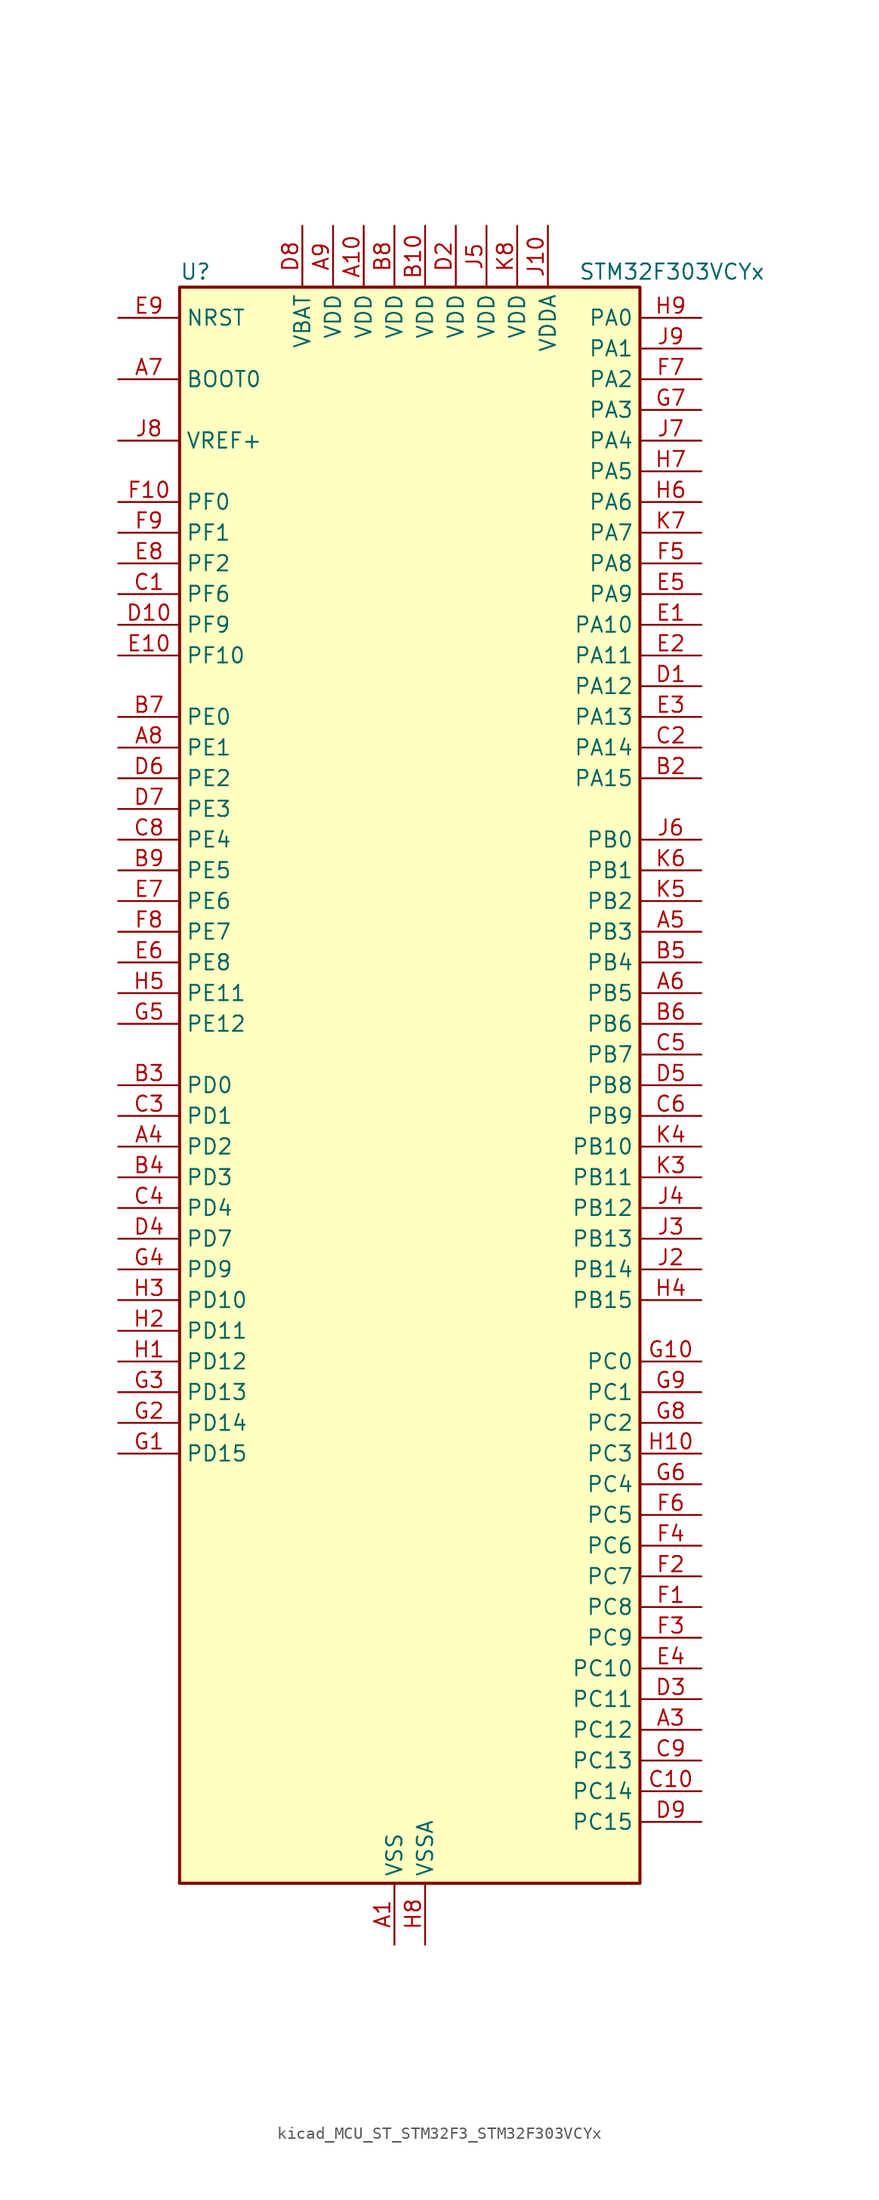
<source format=kicad_sym>
(kicad_symbol_lib
  (version 20220914)
  (generator kicad_symbol_editor)
  (symbol "kicad_MCU_ST_STM32F3_STM32F303VCYx"
    (property "Reference" "U"
      (at -17.78 67.31 0)
      (effects (font (size 1.27 1.27)) (justify left)))
    (property "Value" "STM32F303VCYx"
      (at 15.24 67.31 0)
      (effects (font (size 1.27 1.27)) (justify left)))
    (property "ki_locked" ""
      (at 0 0 0)
      (effects (font (size 1.27 1.27))))
    (symbol "kicad_MCU_ST_STM32F3_STM32F303VCYx_0_1"
      (rectangle (start -17.78 -66.04) (end 20.32 66.04) (stroke (width 0.254) (type default)) (fill (type background))))
    (symbol "kicad_MCU_ST_STM32F3_STM32F303VCYx_1_1"
      (pin power_in line (at 0 -71.12 90) (length 5.08) (name "VSS" (effects (font (size 1.27 1.27)))) (number "A1" (effects (font (size 1.27 1.27)))))
      (pin power_in line (at -2.54 71.12 270) (length 5.08) (name "VDD" (effects (font (size 1.27 1.27)))) (number "A10" (effects (font (size 1.27 1.27)))))
      (pin passive line (at 0 -71.12 90) (length 5.08) hide (name "VSS" (effects (font (size 1.27 1.27)))) (number "A2" (effects (font (size 1.27 1.27)))))
      (pin bidirectional line (at 25.4 -53.34 180) (length 5.08) (name "PC12" (effects (font (size 1.27 1.27)))) (number "A3" (effects (font (size 1.27 1.27)))) (alternate "I2S3_SD" bidirectional line) (alternate "SPI3_MOSI" bidirectional line) (alternate "TIM8_CH3N" bidirectional line) (alternate "UART5_TX" bidirectional line) (alternate "USART3_CK" bidirectional line))
      (pin bidirectional line (at -22.86 -5.08 0) (length 5.08) (name "PD2" (effects (font (size 1.27 1.27)))) (number "A4" (effects (font (size 1.27 1.27)))) (alternate "ADC3_EXTI2" bidirectional line) (alternate "ADC4_EXTI2" bidirectional line) (alternate "TIM3_ETR" bidirectional line) (alternate "TIM8_BKIN" bidirectional line) (alternate "UART5_RX" bidirectional line))
      (pin bidirectional line (at 25.4 12.7 180) (length 5.08) (name "PB3" (effects (font (size 1.27 1.27)))) (number "A5" (effects (font (size 1.27 1.27)))) (alternate "I2S3_CK" bidirectional line) (alternate "SPI1_SCK" bidirectional line) (alternate "SPI3_SCK" bidirectional line) (alternate "SYS_JTDO-TRACESWO" bidirectional line) (alternate "TIM2_CH2" bidirectional line) (alternate "TIM3_ETR" bidirectional line) (alternate "TIM4_ETR" bidirectional line) (alternate "TIM8_CH1N" bidirectional line) (alternate "TSC_G5_IO1" bidirectional line) (alternate "USART2_TX" bidirectional line))
      (pin bidirectional line (at 25.4 7.62 180) (length 5.08) (name "PB5" (effects (font (size 1.27 1.27)))) (number "A6" (effects (font (size 1.27 1.27)))) (alternate "I2C1_SMBA" bidirectional line) (alternate "I2S3_SD" bidirectional line) (alternate "SPI1_MOSI" bidirectional line) (alternate "SPI3_MOSI" bidirectional line) (alternate "TIM16_BKIN" bidirectional line) (alternate "TIM17_CH1" bidirectional line) (alternate "TIM3_CH2" bidirectional line) (alternate "TIM8_CH3N" bidirectional line) (alternate "USART2_CK" bidirectional line))
      (pin input line (at -22.86 58.42 0) (length 5.08) (name "BOOT0" (effects (font (size 1.27 1.27)))) (number "A7" (effects (font (size 1.27 1.27)))))
      (pin bidirectional line (at -22.86 27.94 0) (length 5.08) (name "PE1" (effects (font (size 1.27 1.27)))) (number "A8" (effects (font (size 1.27 1.27)))) (alternate "TIM17_CH1" bidirectional line) (alternate "USART1_RX" bidirectional line))
      (pin power_in line (at -5.08 71.12 270) (length 5.08) (name "VDD" (effects (font (size 1.27 1.27)))) (number "A9" (effects (font (size 1.27 1.27)))))
      (pin passive line (at 0 -71.12 90) (length 5.08) hide (name "VSS" (effects (font (size 1.27 1.27)))) (number "B1" (effects (font (size 1.27 1.27)))))
      (pin power_in line (at 2.54 71.12 270) (length 5.08) (name "VDD" (effects (font (size 1.27 1.27)))) (number "B10" (effects (font (size 1.27 1.27)))))
      (pin bidirectional line (at 25.4 25.4 180) (length 5.08) (name "PA15" (effects (font (size 1.27 1.27)))) (number "B2" (effects (font (size 1.27 1.27)))) (alternate "ADC1_EXTI15" bidirectional line) (alternate "ADC2_EXTI15" bidirectional line) (alternate "I2C1_SCL" bidirectional line) (alternate "I2S3_WS" bidirectional line) (alternate "SPI1_NSS" bidirectional line) (alternate "SPI3_NSS" bidirectional line) (alternate "SYS_JTDI" bidirectional line) (alternate "TIM1_BKIN" bidirectional line) (alternate "TIM2_CH1" bidirectional line) (alternate "TIM2_ETR" bidirectional line) (alternate "TIM8_CH1" bidirectional line) (alternate "USART2_RX" bidirectional line))
      (pin bidirectional line (at -22.86 0 0) (length 5.08) (name "PD0" (effects (font (size 1.27 1.27)))) (number "B3" (effects (font (size 1.27 1.27)))) (alternate "CAN_RX" bidirectional line))
      (pin bidirectional line (at -22.86 -7.62 0) (length 5.08) (name "PD3" (effects (font (size 1.27 1.27)))) (number "B4" (effects (font (size 1.27 1.27)))) (alternate "TIM2_CH1" bidirectional line) (alternate "TIM2_ETR" bidirectional line) (alternate "USART2_CTS" bidirectional line))
      (pin bidirectional line (at 25.4 10.16 180) (length 5.08) (name "PB4" (effects (font (size 1.27 1.27)))) (number "B5" (effects (font (size 1.27 1.27)))) (alternate "I2S3_ext_SD" bidirectional line) (alternate "SPI1_MISO" bidirectional line) (alternate "SPI3_MISO" bidirectional line) (alternate "SYS_NJTRST" bidirectional line) (alternate "TIM16_CH1" bidirectional line) (alternate "TIM17_BKIN" bidirectional line) (alternate "TIM3_CH1" bidirectional line) (alternate "TIM8_CH2N" bidirectional line) (alternate "TSC_G5_IO2" bidirectional line) (alternate "USART2_RX" bidirectional line))
      (pin bidirectional line (at 25.4 5.08 180) (length 5.08) (name "PB6" (effects (font (size 1.27 1.27)))) (number "B6" (effects (font (size 1.27 1.27)))) (alternate "I2C1_SCL" bidirectional line) (alternate "TIM16_CH1N" bidirectional line) (alternate "TIM4_CH1" bidirectional line) (alternate "TIM8_BKIN2" bidirectional line) (alternate "TIM8_CH1" bidirectional line) (alternate "TIM8_ETR" bidirectional line) (alternate "TSC_G5_IO3" bidirectional line) (alternate "USART1_TX" bidirectional line))
      (pin bidirectional line (at -22.86 30.48 0) (length 5.08) (name "PE0" (effects (font (size 1.27 1.27)))) (number "B7" (effects (font (size 1.27 1.27)))) (alternate "TIM16_CH1" bidirectional line) (alternate "TIM4_ETR" bidirectional line) (alternate "USART1_TX" bidirectional line))
      (pin power_in line (at 0 71.12 270) (length 5.08) (name "VDD" (effects (font (size 1.27 1.27)))) (number "B8" (effects (font (size 1.27 1.27)))))
      (pin bidirectional line (at -22.86 17.78 0) (length 5.08) (name "PE5" (effects (font (size 1.27 1.27)))) (number "B9" (effects (font (size 1.27 1.27)))) (alternate "SYS_TRACED2" bidirectional line) (alternate "TIM3_CH4" bidirectional line) (alternate "TSC_G7_IO4" bidirectional line))
      (pin bidirectional line (at -22.86 40.64 0) (length 5.08) (name "PF6" (effects (font (size 1.27 1.27)))) (number "C1" (effects (font (size 1.27 1.27)))) (alternate "I2C2_SCL" bidirectional line) (alternate "TIM4_CH4" bidirectional line) (alternate "USART3_DE" bidirectional line) (alternate "USART3_RTS" bidirectional line))
      (pin bidirectional line (at 25.4 -58.42 180) (length 5.08) (name "PC14" (effects (font (size 1.27 1.27)))) (number "C10" (effects (font (size 1.27 1.27)))) (alternate "RCC_OSC32_IN" bidirectional line))
      (pin bidirectional line (at 25.4 27.94 180) (length 5.08) (name "PA14" (effects (font (size 1.27 1.27)))) (number "C2" (effects (font (size 1.27 1.27)))) (alternate "I2C1_SDA" bidirectional line) (alternate "SYS_JTCK-SWCLK" bidirectional line) (alternate "TIM1_BKIN" bidirectional line) (alternate "TIM8_CH2" bidirectional line) (alternate "TSC_G4_IO4" bidirectional line) (alternate "USART2_TX" bidirectional line))
      (pin bidirectional line (at -22.86 -2.54 0) (length 5.08) (name "PD1" (effects (font (size 1.27 1.27)))) (number "C3" (effects (font (size 1.27 1.27)))) (alternate "CAN_TX" bidirectional line) (alternate "TIM8_BKIN2" bidirectional line) (alternate "TIM8_CH4" bidirectional line))
      (pin bidirectional line (at -22.86 -10.16 0) (length 5.08) (name "PD4" (effects (font (size 1.27 1.27)))) (number "C4" (effects (font (size 1.27 1.27)))) (alternate "TIM2_CH2" bidirectional line) (alternate "USART2_DE" bidirectional line) (alternate "USART2_RTS" bidirectional line))
      (pin bidirectional line (at 25.4 2.54 180) (length 5.08) (name "PB7" (effects (font (size 1.27 1.27)))) (number "C5" (effects (font (size 1.27 1.27)))) (alternate "I2C1_SDA" bidirectional line) (alternate "TIM17_CH1N" bidirectional line) (alternate "TIM3_CH4" bidirectional line) (alternate "TIM4_CH2" bidirectional line) (alternate "TIM8_BKIN" bidirectional line) (alternate "TSC_G5_IO4" bidirectional line) (alternate "USART1_RX" bidirectional line))
      (pin bidirectional line (at 25.4 -2.54 180) (length 5.08) (name "PB9" (effects (font (size 1.27 1.27)))) (number "C6" (effects (font (size 1.27 1.27)))) (alternate "CAN_TX" bidirectional line) (alternate "COMP2_OUT" bidirectional line) (alternate "DAC_EXTI9" bidirectional line) (alternate "I2C1_SDA" bidirectional line) (alternate "IR_OUT" bidirectional line) (alternate "TIM17_CH1" bidirectional line) (alternate "TIM4_CH4" bidirectional line) (alternate "TIM8_CH3" bidirectional line))
      (pin passive line (at 0 -71.12 90) (length 5.08) hide (name "VSS" (effects (font (size 1.27 1.27)))) (number "C7" (effects (font (size 1.27 1.27)))))
      (pin bidirectional line (at -22.86 20.32 0) (length 5.08) (name "PE4" (effects (font (size 1.27 1.27)))) (number "C8" (effects (font (size 1.27 1.27)))) (alternate "SYS_TRACED1" bidirectional line) (alternate "TIM3_CH3" bidirectional line) (alternate "TSC_G7_IO3" bidirectional line))
      (pin bidirectional line (at 25.4 -55.88 180) (length 5.08) (name "PC13" (effects (font (size 1.27 1.27)))) (number "C9" (effects (font (size 1.27 1.27)))) (alternate "RTC_OUT_ALARM" bidirectional line) (alternate "RTC_OUT_CALIB" bidirectional line) (alternate "RTC_TAMP1" bidirectional line) (alternate "RTC_TS" bidirectional line) (alternate "SYS_WKUP2" bidirectional line) (alternate "TIM1_CH1N" bidirectional line))
      (pin bidirectional line (at 25.4 33.02 180) (length 5.08) (name "PA12" (effects (font (size 1.27 1.27)))) (number "D1" (effects (font (size 1.27 1.27)))) (alternate "CAN_TX" bidirectional line) (alternate "COMP2_OUT" bidirectional line) (alternate "TIM16_CH1" bidirectional line) (alternate "TIM1_CH2N" bidirectional line) (alternate "TIM1_ETR" bidirectional line) (alternate "TIM4_CH2" bidirectional line) (alternate "USART1_DE" bidirectional line) (alternate "USART1_RTS" bidirectional line) (alternate "USB_DP" bidirectional line))
      (pin bidirectional line (at -22.86 38.1 0) (length 5.08) (name "PF9" (effects (font (size 1.27 1.27)))) (number "D10" (effects (font (size 1.27 1.27)))) (alternate "DAC_EXTI9" bidirectional line) (alternate "SPI2_SCK" bidirectional line) (alternate "TIM15_CH1" bidirectional line))
      (pin power_in line (at 5.08 71.12 270) (length 5.08) (name "VDD" (effects (font (size 1.27 1.27)))) (number "D2" (effects (font (size 1.27 1.27)))))
      (pin bidirectional line (at 25.4 -50.8 180) (length 5.08) (name "PC11" (effects (font (size 1.27 1.27)))) (number "D3" (effects (font (size 1.27 1.27)))) (alternate "ADC1_EXTI11" bidirectional line) (alternate "ADC2_EXTI11" bidirectional line) (alternate "I2S3_ext_SD" bidirectional line) (alternate "SPI3_MISO" bidirectional line) (alternate "TIM8_CH2N" bidirectional line) (alternate "UART4_RX" bidirectional line) (alternate "USART3_RX" bidirectional line))
      (pin bidirectional line (at -22.86 -12.7 0) (length 5.08) (name "PD7" (effects (font (size 1.27 1.27)))) (number "D4" (effects (font (size 1.27 1.27)))) (alternate "TIM2_CH3" bidirectional line) (alternate "USART2_CK" bidirectional line))
      (pin bidirectional line (at 25.4 0 180) (length 5.08) (name "PB8" (effects (font (size 1.27 1.27)))) (number "D5" (effects (font (size 1.27 1.27)))) (alternate "CAN_RX" bidirectional line) (alternate "COMP1_OUT" bidirectional line) (alternate "I2C1_SCL" bidirectional line) (alternate "TIM16_CH1" bidirectional line) (alternate "TIM1_BKIN" bidirectional line) (alternate "TIM4_CH3" bidirectional line) (alternate "TIM8_CH2" bidirectional line) (alternate "TSC_SYNC" bidirectional line))
      (pin bidirectional line (at -22.86 25.4 0) (length 5.08) (name "PE2" (effects (font (size 1.27 1.27)))) (number "D6" (effects (font (size 1.27 1.27)))) (alternate "ADC3_EXTI2" bidirectional line) (alternate "ADC4_EXTI2" bidirectional line) (alternate "SYS_TRACECK" bidirectional line) (alternate "TIM3_CH1" bidirectional line) (alternate "TSC_G7_IO1" bidirectional line))
      (pin bidirectional line (at -22.86 22.86 0) (length 5.08) (name "PE3" (effects (font (size 1.27 1.27)))) (number "D7" (effects (font (size 1.27 1.27)))) (alternate "SYS_TRACED0" bidirectional line) (alternate "TIM3_CH2" bidirectional line) (alternate "TSC_G7_IO2" bidirectional line))
      (pin power_in line (at -7.62 71.12 270) (length 5.08) (name "VBAT" (effects (font (size 1.27 1.27)))) (number "D8" (effects (font (size 1.27 1.27)))))
      (pin bidirectional line (at 25.4 -60.96 180) (length 5.08) (name "PC15" (effects (font (size 1.27 1.27)))) (number "D9" (effects (font (size 1.27 1.27)))) (alternate "ADC1_EXTI15" bidirectional line) (alternate "ADC2_EXTI15" bidirectional line) (alternate "RCC_OSC32_OUT" bidirectional line))
      (pin bidirectional line (at 25.4 38.1 180) (length 5.08) (name "PA10" (effects (font (size 1.27 1.27)))) (number "E1" (effects (font (size 1.27 1.27)))) (alternate "COMP6_OUT" bidirectional line) (alternate "I2C2_SDA" bidirectional line) (alternate "TIM17_BKIN" bidirectional line) (alternate "TIM1_CH3" bidirectional line) (alternate "TIM2_CH4" bidirectional line) (alternate "TIM8_BKIN" bidirectional line) (alternate "TSC_G4_IO2" bidirectional line) (alternate "USART1_RX" bidirectional line))
      (pin bidirectional line (at -22.86 35.56 0) (length 5.08) (name "PF10" (effects (font (size 1.27 1.27)))) (number "E10" (effects (font (size 1.27 1.27)))) (alternate "SPI2_SCK" bidirectional line) (alternate "TIM15_CH2" bidirectional line))
      (pin bidirectional line (at 25.4 35.56 180) (length 5.08) (name "PA11" (effects (font (size 1.27 1.27)))) (number "E2" (effects (font (size 1.27 1.27)))) (alternate "ADC1_EXTI11" bidirectional line) (alternate "ADC2_EXTI11" bidirectional line) (alternate "CAN_RX" bidirectional line) (alternate "COMP1_OUT" bidirectional line) (alternate "TIM1_BKIN2" bidirectional line) (alternate "TIM1_CH1N" bidirectional line) (alternate "TIM1_CH4" bidirectional line) (alternate "TIM4_CH1" bidirectional line) (alternate "USART1_CTS" bidirectional line) (alternate "USB_DM" bidirectional line))
      (pin bidirectional line (at 25.4 30.48 180) (length 5.08) (name "PA13" (effects (font (size 1.27 1.27)))) (number "E3" (effects (font (size 1.27 1.27)))) (alternate "IR_OUT" bidirectional line) (alternate "SYS_JTMS-SWDIO" bidirectional line) (alternate "TIM16_CH1N" bidirectional line) (alternate "TIM4_CH3" bidirectional line) (alternate "TSC_G4_IO3" bidirectional line) (alternate "USART3_CTS" bidirectional line))
      (pin bidirectional line (at 25.4 -48.26 180) (length 5.08) (name "PC10" (effects (font (size 1.27 1.27)))) (number "E4" (effects (font (size 1.27 1.27)))) (alternate "I2S3_CK" bidirectional line) (alternate "SPI3_SCK" bidirectional line) (alternate "TIM8_CH1N" bidirectional line) (alternate "UART4_TX" bidirectional line) (alternate "USART3_TX" bidirectional line))
      (pin bidirectional line (at 25.4 40.64 180) (length 5.08) (name "PA9" (effects (font (size 1.27 1.27)))) (number "E5" (effects (font (size 1.27 1.27)))) (alternate "COMP5_OUT" bidirectional line) (alternate "DAC_EXTI9" bidirectional line) (alternate "I2C2_SCL" bidirectional line) (alternate "I2S3_MCK" bidirectional line) (alternate "TIM15_BKIN" bidirectional line) (alternate "TIM1_CH2" bidirectional line) (alternate "TIM2_CH3" bidirectional line) (alternate "TSC_G4_IO1" bidirectional line) (alternate "USART1_TX" bidirectional line))
      (pin bidirectional line (at -22.86 10.16 0) (length 5.08) (name "PE8" (effects (font (size 1.27 1.27)))) (number "E6" (effects (font (size 1.27 1.27)))) (alternate "ADC3_IN6" bidirectional line) (alternate "ADC4_IN6" bidirectional line) (alternate "COMP4_INM" bidirectional line) (alternate "TIM1_CH1N" bidirectional line))
      (pin bidirectional line (at -22.86 15.24 0) (length 5.08) (name "PE6" (effects (font (size 1.27 1.27)))) (number "E7" (effects (font (size 1.27 1.27)))) (alternate "RTC_TAMP3" bidirectional line) (alternate "SYS_TRACED3" bidirectional line) (alternate "SYS_WKUP3" bidirectional line))
      (pin bidirectional line (at -22.86 43.18 0) (length 5.08) (name "PF2" (effects (font (size 1.27 1.27)))) (number "E8" (effects (font (size 1.27 1.27)))) (alternate "ADC1_IN10" bidirectional line) (alternate "ADC2_IN10" bidirectional line) (alternate "ADC3_EXTI2" bidirectional line) (alternate "ADC4_EXTI2" bidirectional line))
      (pin input line (at -22.86 63.5 0) (length 5.08) (name "NRST" (effects (font (size 1.27 1.27)))) (number "E9" (effects (font (size 1.27 1.27)))))
      (pin bidirectional line (at 25.4 -43.18 180) (length 5.08) (name "PC8" (effects (font (size 1.27 1.27)))) (number "F1" (effects (font (size 1.27 1.27)))) (alternate "COMP3_OUT" bidirectional line) (alternate "TIM3_CH3" bidirectional line) (alternate "TIM8_CH3" bidirectional line))
      (pin bidirectional line (at -22.86 48.26 0) (length 5.08) (name "PF0" (effects (font (size 1.27 1.27)))) (number "F10" (effects (font (size 1.27 1.27)))) (alternate "I2C2_SDA" bidirectional line) (alternate "RCC_OSC_IN" bidirectional line) (alternate "TIM1_CH3N" bidirectional line))
      (pin bidirectional line (at 25.4 -40.64 180) (length 5.08) (name "PC7" (effects (font (size 1.27 1.27)))) (number "F2" (effects (font (size 1.27 1.27)))) (alternate "COMP5_OUT" bidirectional line) (alternate "I2S3_MCK" bidirectional line) (alternate "TIM3_CH2" bidirectional line) (alternate "TIM8_CH2" bidirectional line))
      (pin bidirectional line (at 25.4 -45.72 180) (length 5.08) (name "PC9" (effects (font (size 1.27 1.27)))) (number "F3" (effects (font (size 1.27 1.27)))) (alternate "DAC_EXTI9" bidirectional line) (alternate "I2S_CKIN" bidirectional line) (alternate "TIM3_CH4" bidirectional line) (alternate "TIM8_BKIN2" bidirectional line) (alternate "TIM8_CH4" bidirectional line))
      (pin bidirectional line (at 25.4 -38.1 180) (length 5.08) (name "PC6" (effects (font (size 1.27 1.27)))) (number "F4" (effects (font (size 1.27 1.27)))) (alternate "COMP6_OUT" bidirectional line) (alternate "I2S2_MCK" bidirectional line) (alternate "TIM3_CH1" bidirectional line) (alternate "TIM8_CH1" bidirectional line))
      (pin bidirectional line (at 25.4 43.18 180) (length 5.08) (name "PA8" (effects (font (size 1.27 1.27)))) (number "F5" (effects (font (size 1.27 1.27)))) (alternate "COMP3_OUT" bidirectional line) (alternate "I2C2_SMBA" bidirectional line) (alternate "I2S2_MCK" bidirectional line) (alternate "RCC_MCO" bidirectional line) (alternate "TIM1_CH1" bidirectional line) (alternate "TIM4_ETR" bidirectional line) (alternate "USART1_CK" bidirectional line))
      (pin bidirectional line (at 25.4 -35.56 180) (length 5.08) (name "PC5" (effects (font (size 1.27 1.27)))) (number "F6" (effects (font (size 1.27 1.27)))) (alternate "ADC2_IN11" bidirectional line) (alternate "OPAMP1_VINM" bidirectional line) (alternate "OPAMP1_VINM_SEC" bidirectional line) (alternate "OPAMP2_VINM" bidirectional line) (alternate "OPAMP2_VINM_SEC" bidirectional line) (alternate "TSC_G3_IO1" bidirectional line) (alternate "USART1_RX" bidirectional line))
      (pin bidirectional line (at 25.4 58.42 180) (length 5.08) (name "PA2" (effects (font (size 1.27 1.27)))) (number "F7" (effects (font (size 1.27 1.27)))) (alternate "ADC1_IN3" bidirectional line) (alternate "ADC3_EXTI2" bidirectional line) (alternate "ADC4_EXTI2" bidirectional line) (alternate "COMP2_INM" bidirectional line) (alternate "COMP2_OUT" bidirectional line) (alternate "OPAMP1_VOUT" bidirectional line) (alternate "TIM15_CH1" bidirectional line) (alternate "TIM2_CH3" bidirectional line) (alternate "TSC_G1_IO3" bidirectional line) (alternate "USART2_TX" bidirectional line))
      (pin bidirectional line (at -22.86 12.7 0) (length 5.08) (name "PE7" (effects (font (size 1.27 1.27)))) (number "F8" (effects (font (size 1.27 1.27)))) (alternate "ADC3_IN13" bidirectional line) (alternate "COMP4_INP" bidirectional line) (alternate "TIM1_ETR" bidirectional line))
      (pin bidirectional line (at -22.86 45.72 0) (length 5.08) (name "PF1" (effects (font (size 1.27 1.27)))) (number "F9" (effects (font (size 1.27 1.27)))) (alternate "I2C2_SCL" bidirectional line) (alternate "RCC_OSC_OUT" bidirectional line))
      (pin bidirectional line (at -22.86 -30.48 0) (length 5.08) (name "PD15" (effects (font (size 1.27 1.27)))) (number "G1" (effects (font (size 1.27 1.27)))) (alternate "ADC1_EXTI15" bidirectional line) (alternate "ADC2_EXTI15" bidirectional line) (alternate "COMP3_INM" bidirectional line) (alternate "SPI2_NSS" bidirectional line) (alternate "TIM4_CH4" bidirectional line) (alternate "TSC_G8_IO4" bidirectional line))
      (pin bidirectional line (at 25.4 -22.86 180) (length 5.08) (name "PC0" (effects (font (size 1.27 1.27)))) (number "G10" (effects (font (size 1.27 1.27)))) (alternate "ADC1_IN6" bidirectional line) (alternate "ADC2_IN6" bidirectional line) (alternate "COMP7_INM" bidirectional line))
      (pin bidirectional line (at -22.86 -27.94 0) (length 5.08) (name "PD14" (effects (font (size 1.27 1.27)))) (number "G2" (effects (font (size 1.27 1.27)))) (alternate "ADC3_IN11" bidirectional line) (alternate "ADC4_IN11" bidirectional line) (alternate "COMP3_INP" bidirectional line) (alternate "OPAMP2_VINP" bidirectional line) (alternate "OPAMP2_VINP_SEC" bidirectional line) (alternate "TIM4_CH3" bidirectional line) (alternate "TSC_G8_IO3" bidirectional line))
      (pin bidirectional line (at -22.86 -25.4 0) (length 5.08) (name "PD13" (effects (font (size 1.27 1.27)))) (number "G3" (effects (font (size 1.27 1.27)))) (alternate "ADC3_IN10" bidirectional line) (alternate "ADC4_IN10" bidirectional line) (alternate "COMP5_INM" bidirectional line) (alternate "TIM4_CH2" bidirectional line) (alternate "TSC_G8_IO2" bidirectional line))
      (pin bidirectional line (at -22.86 -15.24 0) (length 5.08) (name "PD9" (effects (font (size 1.27 1.27)))) (number "G4" (effects (font (size 1.27 1.27)))) (alternate "ADC4_IN13" bidirectional line) (alternate "DAC_EXTI9" bidirectional line) (alternate "USART3_RX" bidirectional line))
      (pin bidirectional line (at -22.86 5.08 0) (length 5.08) (name "PE12" (effects (font (size 1.27 1.27)))) (number "G5" (effects (font (size 1.27 1.27)))) (alternate "ADC3_IN16" bidirectional line) (alternate "TIM1_CH3N" bidirectional line))
      (pin bidirectional line (at 25.4 -33.02 180) (length 5.08) (name "PC4" (effects (font (size 1.27 1.27)))) (number "G6" (effects (font (size 1.27 1.27)))) (alternate "ADC2_IN5" bidirectional line) (alternate "USART1_TX" bidirectional line))
      (pin bidirectional line (at 25.4 55.88 180) (length 5.08) (name "PA3" (effects (font (size 1.27 1.27)))) (number "G7" (effects (font (size 1.27 1.27)))) (alternate "ADC1_IN4" bidirectional line) (alternate "COMP2_INP" bidirectional line) (alternate "OPAMP1_VINM" bidirectional line) (alternate "OPAMP1_VINM_SEC" bidirectional line) (alternate "OPAMP1_VINP" bidirectional line) (alternate "OPAMP1_VINP_SEC" bidirectional line) (alternate "TIM15_CH2" bidirectional line) (alternate "TIM2_CH4" bidirectional line) (alternate "TSC_G1_IO4" bidirectional line) (alternate "USART2_RX" bidirectional line))
      (pin bidirectional line (at 25.4 -27.94 180) (length 5.08) (name "PC2" (effects (font (size 1.27 1.27)))) (number "G8" (effects (font (size 1.27 1.27)))) (alternate "ADC1_IN8" bidirectional line) (alternate "ADC2_IN8" bidirectional line) (alternate "ADC3_EXTI2" bidirectional line) (alternate "ADC4_EXTI2" bidirectional line) (alternate "COMP7_OUT" bidirectional line))
      (pin bidirectional line (at 25.4 -25.4 180) (length 5.08) (name "PC1" (effects (font (size 1.27 1.27)))) (number "G9" (effects (font (size 1.27 1.27)))) (alternate "ADC1_IN7" bidirectional line) (alternate "ADC2_IN7" bidirectional line) (alternate "COMP7_INP" bidirectional line))
      (pin bidirectional line (at -22.86 -22.86 0) (length 5.08) (name "PD12" (effects (font (size 1.27 1.27)))) (number "H1" (effects (font (size 1.27 1.27)))) (alternate "ADC3_IN9" bidirectional line) (alternate "ADC4_IN9" bidirectional line) (alternate "COMP5_INP" bidirectional line) (alternate "TIM4_CH1" bidirectional line) (alternate "TSC_G8_IO1" bidirectional line) (alternate "USART3_DE" bidirectional line) (alternate "USART3_RTS" bidirectional line))
      (pin bidirectional line (at 25.4 -30.48 180) (length 5.08) (name "PC3" (effects (font (size 1.27 1.27)))) (number "H10" (effects (font (size 1.27 1.27)))) (alternate "ADC1_IN9" bidirectional line) (alternate "ADC2_IN9" bidirectional line) (alternate "TIM1_BKIN2" bidirectional line))
      (pin bidirectional line (at -22.86 -20.32 0) (length 5.08) (name "PD11" (effects (font (size 1.27 1.27)))) (number "H2" (effects (font (size 1.27 1.27)))) (alternate "ADC1_EXTI11" bidirectional line) (alternate "ADC2_EXTI11" bidirectional line) (alternate "ADC3_IN8" bidirectional line) (alternate "ADC4_IN8" bidirectional line) (alternate "COMP6_INP" bidirectional line) (alternate "OPAMP4_VINP" bidirectional line) (alternate "OPAMP4_VINP_SEC" bidirectional line) (alternate "USART3_CTS" bidirectional line))
      (pin bidirectional line (at -22.86 -17.78 0) (length 5.08) (name "PD10" (effects (font (size 1.27 1.27)))) (number "H3" (effects (font (size 1.27 1.27)))) (alternate "ADC3_IN7" bidirectional line) (alternate "ADC4_IN7" bidirectional line) (alternate "COMP6_INM" bidirectional line) (alternate "USART3_CK" bidirectional line))
      (pin bidirectional line (at 25.4 -17.78 180) (length 5.08) (name "PB15" (effects (font (size 1.27 1.27)))) (number "H4" (effects (font (size 1.27 1.27)))) (alternate "ADC1_EXTI15" bidirectional line) (alternate "ADC2_EXTI15" bidirectional line) (alternate "ADC4_IN5" bidirectional line) (alternate "COMP6_INM" bidirectional line) (alternate "I2S2_SD" bidirectional line) (alternate "RTC_REFIN" bidirectional line) (alternate "SPI2_MOSI" bidirectional line) (alternate "TIM15_CH1N" bidirectional line) (alternate "TIM15_CH2" bidirectional line) (alternate "TIM1_CH3N" bidirectional line))
      (pin bidirectional line (at -22.86 7.62 0) (length 5.08) (name "PE11" (effects (font (size 1.27 1.27)))) (number "H5" (effects (font (size 1.27 1.27)))) (alternate "ADC1_EXTI11" bidirectional line) (alternate "ADC2_EXTI11" bidirectional line) (alternate "ADC3_IN15" bidirectional line) (alternate "TIM1_CH2" bidirectional line))
      (pin bidirectional line (at 25.4 48.26 180) (length 5.08) (name "PA6" (effects (font (size 1.27 1.27)))) (number "H6" (effects (font (size 1.27 1.27)))) (alternate "ADC2_IN3" bidirectional line) (alternate "COMP1_OUT" bidirectional line) (alternate "OPAMP2_VOUT" bidirectional line) (alternate "SPI1_MISO" bidirectional line) (alternate "TIM16_CH1" bidirectional line) (alternate "TIM1_BKIN" bidirectional line) (alternate "TIM3_CH1" bidirectional line) (alternate "TIM8_BKIN" bidirectional line) (alternate "TSC_G2_IO3" bidirectional line))
      (pin bidirectional line (at 25.4 50.8 180) (length 5.08) (name "PA5" (effects (font (size 1.27 1.27)))) (number "H7" (effects (font (size 1.27 1.27)))) (alternate "ADC2_IN2" bidirectional line) (alternate "COMP1_INM" bidirectional line) (alternate "COMP2_INM" bidirectional line) (alternate "COMP3_INM" bidirectional line) (alternate "COMP4_INM" bidirectional line) (alternate "COMP5_INM" bidirectional line) (alternate "COMP6_INM" bidirectional line) (alternate "COMP7_INM" bidirectional line) (alternate "DAC_OUT2" bidirectional line) (alternate "OPAMP1_VINP" bidirectional line) (alternate "OPAMP1_VINP_SEC" bidirectional line) (alternate "OPAMP2_VINM" bidirectional line) (alternate "OPAMP2_VINM_SEC" bidirectional line) (alternate "OPAMP3_VINP" bidirectional line) (alternate "OPAMP3_VINP_SEC" bidirectional line) (alternate "SPI1_SCK" bidirectional line) (alternate "TIM2_CH1" bidirectional line) (alternate "TIM2_ETR" bidirectional line) (alternate "TSC_G2_IO2" bidirectional line))
      (pin power_in line (at 2.54 -71.12 90) (length 5.08) (name "VSSA" (effects (font (size 1.27 1.27)))) (number "H8" (effects (font (size 1.27 1.27)))))
      (pin bidirectional line (at 25.4 63.5 180) (length 5.08) (name "PA0" (effects (font (size 1.27 1.27)))) (number "H9" (effects (font (size 1.27 1.27)))) (alternate "ADC1_IN1" bidirectional line) (alternate "COMP1_INM" bidirectional line) (alternate "COMP1_OUT" bidirectional line) (alternate "COMP7_INP" bidirectional line) (alternate "RTC_TAMP2" bidirectional line) (alternate "SYS_WKUP1" bidirectional line) (alternate "TIM2_CH1" bidirectional line) (alternate "TIM2_ETR" bidirectional line) (alternate "TIM8_BKIN" bidirectional line) (alternate "TIM8_ETR" bidirectional line) (alternate "TSC_G1_IO1" bidirectional line) (alternate "USART2_CTS" bidirectional line))
      (pin passive line (at 0 -71.12 90) (length 5.08) hide (name "VSS" (effects (font (size 1.27 1.27)))) (number "J1" (effects (font (size 1.27 1.27)))))
      (pin power_in line (at 12.7 71.12 270) (length 5.08) (name "VDDA" (effects (font (size 1.27 1.27)))) (number "J10" (effects (font (size 1.27 1.27)))))
      (pin bidirectional line (at 25.4 -15.24 180) (length 5.08) (name "PB14" (effects (font (size 1.27 1.27)))) (number "J2" (effects (font (size 1.27 1.27)))) (alternate "ADC4_IN4" bidirectional line) (alternate "COMP3_INP" bidirectional line) (alternate "I2S2_ext_SD" bidirectional line) (alternate "OPAMP2_VINP" bidirectional line) (alternate "OPAMP2_VINP_SEC" bidirectional line) (alternate "SPI2_MISO" bidirectional line) (alternate "TIM15_CH1" bidirectional line) (alternate "TIM1_CH2N" bidirectional line) (alternate "TSC_G6_IO4" bidirectional line) (alternate "USART3_DE" bidirectional line) (alternate "USART3_RTS" bidirectional line))
      (pin bidirectional line (at 25.4 -12.7 180) (length 5.08) (name "PB13" (effects (font (size 1.27 1.27)))) (number "J3" (effects (font (size 1.27 1.27)))) (alternate "ADC3_IN5" bidirectional line) (alternate "COMP5_INP" bidirectional line) (alternate "I2S2_CK" bidirectional line) (alternate "OPAMP3_VINP" bidirectional line) (alternate "OPAMP3_VINP_SEC" bidirectional line) (alternate "OPAMP4_VINP" bidirectional line) (alternate "OPAMP4_VINP_SEC" bidirectional line) (alternate "SPI2_SCK" bidirectional line) (alternate "TIM1_CH1N" bidirectional line) (alternate "TSC_G6_IO3" bidirectional line) (alternate "USART3_CTS" bidirectional line))
      (pin bidirectional line (at 25.4 -10.16 180) (length 5.08) (name "PB12" (effects (font (size 1.27 1.27)))) (number "J4" (effects (font (size 1.27 1.27)))) (alternate "ADC4_IN3" bidirectional line) (alternate "COMP3_INM" bidirectional line) (alternate "I2C2_SMBA" bidirectional line) (alternate "I2S2_WS" bidirectional line) (alternate "OPAMP4_VOUT" bidirectional line) (alternate "SPI2_NSS" bidirectional line) (alternate "TIM1_BKIN" bidirectional line) (alternate "TSC_G6_IO2" bidirectional line) (alternate "USART3_CK" bidirectional line))
      (pin power_in line (at 7.62 71.12 270) (length 5.08) (name "VDD" (effects (font (size 1.27 1.27)))) (number "J5" (effects (font (size 1.27 1.27)))))
      (pin bidirectional line (at 25.4 20.32 180) (length 5.08) (name "PB0" (effects (font (size 1.27 1.27)))) (number "J6" (effects (font (size 1.27 1.27)))) (alternate "ADC3_IN12" bidirectional line) (alternate "COMP4_INP" bidirectional line) (alternate "OPAMP2_VINP" bidirectional line) (alternate "OPAMP2_VINP_SEC" bidirectional line) (alternate "OPAMP3_VINP" bidirectional line) (alternate "OPAMP3_VINP_SEC" bidirectional line) (alternate "TIM1_CH2N" bidirectional line) (alternate "TIM3_CH3" bidirectional line) (alternate "TIM8_CH2N" bidirectional line) (alternate "TSC_G3_IO2" bidirectional line))
      (pin bidirectional line (at 25.4 53.34 180) (length 5.08) (name "PA4" (effects (font (size 1.27 1.27)))) (number "J7" (effects (font (size 1.27 1.27)))) (alternate "ADC2_IN1" bidirectional line) (alternate "COMP1_INM" bidirectional line) (alternate "COMP2_INM" bidirectional line) (alternate "COMP3_INM" bidirectional line) (alternate "COMP4_INM" bidirectional line) (alternate "COMP5_INM" bidirectional line) (alternate "COMP6_INM" bidirectional line) (alternate "COMP7_INM" bidirectional line) (alternate "DAC_OUT1" bidirectional line) (alternate "I2S3_WS" bidirectional line) (alternate "OPAMP4_VINP" bidirectional line) (alternate "OPAMP4_VINP_SEC" bidirectional line) (alternate "SPI1_NSS" bidirectional line) (alternate "SPI3_NSS" bidirectional line) (alternate "TIM3_CH2" bidirectional line) (alternate "TSC_G2_IO1" bidirectional line) (alternate "USART2_CK" bidirectional line))
      (pin input line (at -22.86 53.34 0) (length 5.08) (name "VREF+" (effects (font (size 1.27 1.27)))) (number "J8" (effects (font (size 1.27 1.27)))))
      (pin bidirectional line (at 25.4 60.96 180) (length 5.08) (name "PA1" (effects (font (size 1.27 1.27)))) (number "J9" (effects (font (size 1.27 1.27)))) (alternate "ADC1_IN2" bidirectional line) (alternate "COMP1_INP" bidirectional line) (alternate "OPAMP1_VINP" bidirectional line) (alternate "OPAMP1_VINP_SEC" bidirectional line) (alternate "OPAMP3_VINP" bidirectional line) (alternate "OPAMP3_VINP_SEC" bidirectional line) (alternate "RTC_REFIN" bidirectional line) (alternate "TIM15_CH1N" bidirectional line) (alternate "TIM2_CH2" bidirectional line) (alternate "TSC_G1_IO2" bidirectional line) (alternate "USART2_DE" bidirectional line) (alternate "USART2_RTS" bidirectional line))
      (pin passive line (at 0 -71.12 90) (length 5.08) hide (name "VSS" (effects (font (size 1.27 1.27)))) (number "K1" (effects (font (size 1.27 1.27)))))
      (pin passive line (at 0 -71.12 90) (length 5.08) hide (name "VSS" (effects (font (size 1.27 1.27)))) (number "K10" (effects (font (size 1.27 1.27)))))
      (pin passive line (at 0 -71.12 90) (length 5.08) hide (name "VSS" (effects (font (size 1.27 1.27)))) (number "K2" (effects (font (size 1.27 1.27)))))
      (pin bidirectional line (at 25.4 -7.62 180) (length 5.08) (name "PB11" (effects (font (size 1.27 1.27)))) (number "K3" (effects (font (size 1.27 1.27)))) (alternate "ADC1_EXTI11" bidirectional line) (alternate "ADC2_EXTI11" bidirectional line) (alternate "COMP6_INP" bidirectional line) (alternate "OPAMP4_VINP" bidirectional line) (alternate "OPAMP4_VINP_SEC" bidirectional line) (alternate "TIM2_CH4" bidirectional line) (alternate "TSC_G6_IO1" bidirectional line) (alternate "USART3_RX" bidirectional line))
      (pin bidirectional line (at 25.4 -5.08 180) (length 5.08) (name "PB10" (effects (font (size 1.27 1.27)))) (number "K4" (effects (font (size 1.27 1.27)))) (alternate "COMP5_INM" bidirectional line) (alternate "OPAMP3_VINM" bidirectional line) (alternate "OPAMP3_VINM_SEC" bidirectional line) (alternate "OPAMP4_VINM" bidirectional line) (alternate "OPAMP4_VINM_SEC" bidirectional line) (alternate "TIM2_CH3" bidirectional line) (alternate "TSC_SYNC" bidirectional line) (alternate "USART3_TX" bidirectional line))
      (pin bidirectional line (at 25.4 15.24 180) (length 5.08) (name "PB2" (effects (font (size 1.27 1.27)))) (number "K5" (effects (font (size 1.27 1.27)))) (alternate "ADC2_IN12" bidirectional line) (alternate "ADC3_EXTI2" bidirectional line) (alternate "ADC4_EXTI2" bidirectional line) (alternate "COMP4_INM" bidirectional line) (alternate "OPAMP3_VINM" bidirectional line) (alternate "OPAMP3_VINM_SEC" bidirectional line) (alternate "TSC_G3_IO4" bidirectional line))
      (pin bidirectional line (at 25.4 17.78 180) (length 5.08) (name "PB1" (effects (font (size 1.27 1.27)))) (number "K6" (effects (font (size 1.27 1.27)))) (alternate "ADC3_IN1" bidirectional line) (alternate "COMP4_OUT" bidirectional line) (alternate "OPAMP3_VOUT" bidirectional line) (alternate "TIM1_CH3N" bidirectional line) (alternate "TIM3_CH4" bidirectional line) (alternate "TIM8_CH3N" bidirectional line) (alternate "TSC_G3_IO3" bidirectional line))
      (pin bidirectional line (at 25.4 45.72 180) (length 5.08) (name "PA7" (effects (font (size 1.27 1.27)))) (number "K7" (effects (font (size 1.27 1.27)))) (alternate "ADC2_IN4" bidirectional line) (alternate "COMP2_INP" bidirectional line) (alternate "COMP2_OUT" bidirectional line) (alternate "OPAMP1_VINP" bidirectional line) (alternate "OPAMP1_VINP_SEC" bidirectional line) (alternate "OPAMP2_VINP" bidirectional line) (alternate "OPAMP2_VINP_SEC" bidirectional line) (alternate "SPI1_MOSI" bidirectional line) (alternate "TIM17_CH1" bidirectional line) (alternate "TIM1_CH1N" bidirectional line) (alternate "TIM3_CH2" bidirectional line) (alternate "TIM8_CH1N" bidirectional line) (alternate "TSC_G2_IO4" bidirectional line))
      (pin power_in line (at 10.16 71.12 270) (length 5.08) (name "VDD" (effects (font (size 1.27 1.27)))) (number "K8" (effects (font (size 1.27 1.27)))))
      (pin passive line (at 0 -71.12 90) (length 5.08) hide (name "VSS" (effects (font (size 1.27 1.27)))) (number "K9" (effects (font (size 1.27 1.27))))))))
</source>
